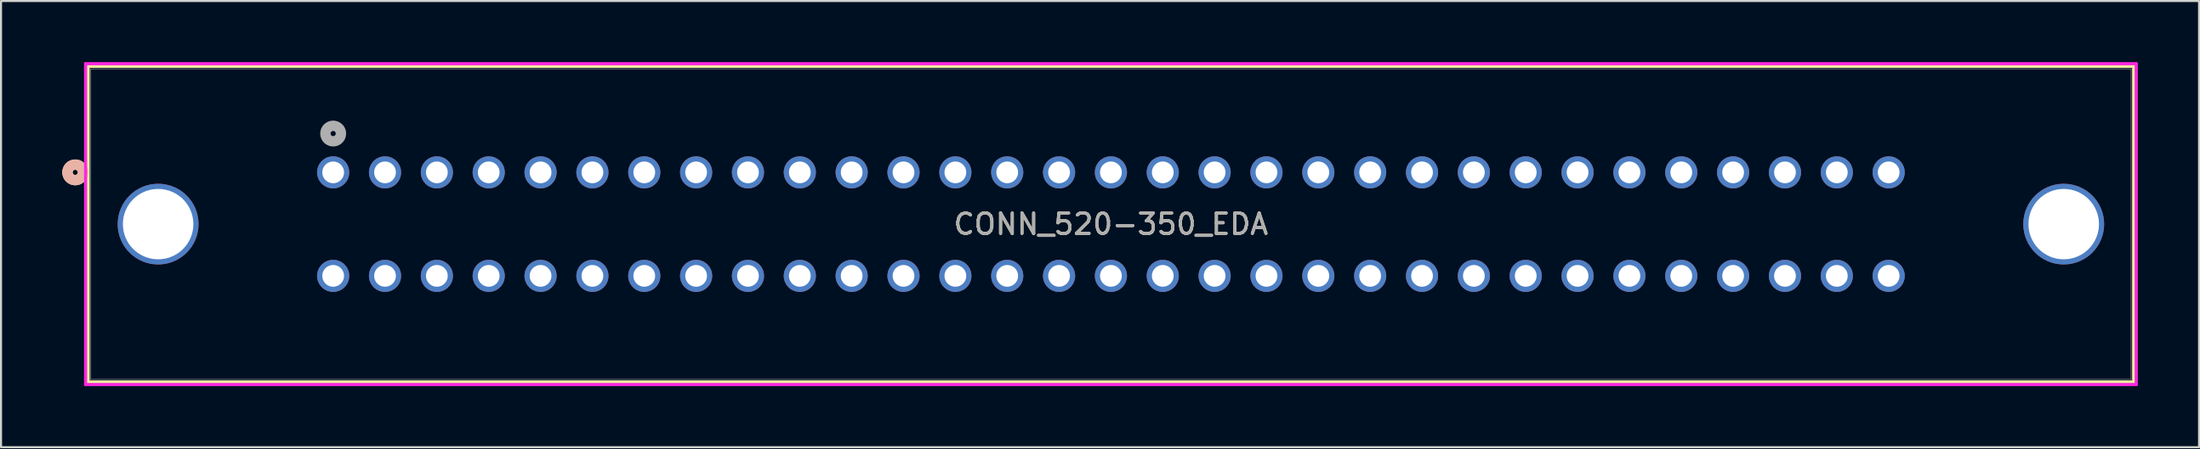
<source format=kicad_pcb>
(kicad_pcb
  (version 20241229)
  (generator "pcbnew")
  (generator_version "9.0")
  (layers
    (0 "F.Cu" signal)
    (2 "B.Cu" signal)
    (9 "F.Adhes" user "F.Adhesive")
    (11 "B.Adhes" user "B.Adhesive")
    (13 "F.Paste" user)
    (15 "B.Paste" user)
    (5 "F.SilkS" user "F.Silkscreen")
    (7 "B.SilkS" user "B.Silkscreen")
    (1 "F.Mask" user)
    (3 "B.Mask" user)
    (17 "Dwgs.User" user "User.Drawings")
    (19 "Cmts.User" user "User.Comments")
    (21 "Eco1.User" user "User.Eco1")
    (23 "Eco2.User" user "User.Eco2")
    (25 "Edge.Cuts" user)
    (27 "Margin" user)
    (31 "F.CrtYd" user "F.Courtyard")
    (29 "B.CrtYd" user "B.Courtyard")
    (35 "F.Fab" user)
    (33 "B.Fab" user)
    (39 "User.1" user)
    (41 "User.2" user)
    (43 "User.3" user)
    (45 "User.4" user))
  (footprint "CONN_520-350_EDA"
    (layer "F.Cu")
    (at 13.271 5.41)
    (property "Reference" "CONN_520-350_EDA" (at 38.1 2.54 0) (unlocked yes) (layer "F.SilkS") (effects (font (size 1 1) (thickness 0.15))))
    (attr through_hole)
    (fp_line (start -12.002 -5.207) (end -12.002 10.287) (stroke (width 0.152) (type solid)) (layer "F.SilkS"))
    (fp_line (start -12.002 10.287) (end 88.201 10.287) (stroke (width 0.152) (type solid)) (layer "F.SilkS"))
    (fp_line (start 88.201 -5.207) (end -12.002 -5.207) (stroke (width 0.152) (type solid)) (layer "F.SilkS"))
    (fp_line (start 88.201 10.287) (end 88.201 -5.207) (stroke (width 0.152) (type solid)) (layer "F.SilkS"))
    (fp_circle (center -12.636 0) (end -12.255 0) (stroke (width 0.508) (type solid)) (fill no) (layer "F.SilkS"))
    (fp_circle (center -12.636 0) (end -12.255 0) (stroke (width 0.508) (type solid)) (fill no) (layer "B.SilkS"))
    (fp_line (start -12.129 -5.334) (end -12.129 10.414) (stroke (width 0.152) (type solid)) (layer "F.CrtYd"))
    (fp_line (start -12.129 10.414) (end 88.329 10.414) (stroke (width 0.152) (type solid)) (layer "F.CrtYd"))
    (fp_line (start 88.329 -5.334) (end -12.129 -5.334) (stroke (width 0.152) (type solid)) (layer "F.CrtYd"))
    (fp_line (start 88.329 10.414) (end 88.329 -5.334) (stroke (width 0.152) (type solid)) (layer "F.CrtYd"))
    (fp_line (start -11.874 -5.08) (end -11.874 10.16) (stroke (width 0.025) (type solid)) (layer "F.Fab"))
    (fp_line (start -11.874 10.16) (end 88.075 10.16) (stroke (width 0.025) (type solid)) (layer "F.Fab"))
    (fp_line (start 88.075 -5.08) (end -11.874 -5.08) (stroke (width 0.025) (type solid)) (layer "F.Fab"))
    (fp_line (start 88.075 10.16) (end 88.075 -5.08) (stroke (width 0.025) (type solid)) (layer "F.Fab"))
    (fp_circle (center 0 -1.905) (end 0.381 -1.905) (stroke (width 0.508) (type solid)) (fill no) (layer "F.Fab"))
    (fp_text user "${REFERENCE}" (at 38.1 2.54 0) (unlocked yes) (layer "F.Fab") (effects (font (size 1 1) (thickness 0.15))))
    (pad "1" thru_hole circle (at 0 0) (size 1.575 1.575) (drill 1.067) (layers "*.Cu" "*.Mask"))
    (pad "2" thru_hole circle (at 0 5.08) (size 1.575 1.575) (drill 1.067) (layers "*.Cu" "*.Mask"))
    (pad "3" thru_hole circle (at 2.54 0) (size 1.575 1.575) (drill 1.067) (layers "*.Cu" "*.Mask"))
    (pad "4" thru_hole circle (at 2.54 5.08) (size 1.575 1.575) (drill 1.067) (layers "*.Cu" "*.Mask"))
    (pad "5" thru_hole circle (at 5.08 0) (size 1.575 1.575) (drill 1.067) (layers "*.Cu" "*.Mask"))
    (pad "6" thru_hole circle (at 5.08 5.08) (size 1.575 1.575) (drill 1.067) (layers "*.Cu" "*.Mask"))
    (pad "7" thru_hole circle (at 7.62 0) (size 1.575 1.575) (drill 1.067) (layers "*.Cu" "*.Mask"))
    (pad "8" thru_hole circle (at 7.62 5.08) (size 1.575 1.575) (drill 1.067) (layers "*.Cu" "*.Mask"))
    (pad "9" thru_hole circle (at 10.16 0) (size 1.575 1.575) (drill 1.067) (layers "*.Cu" "*.Mask"))
    (pad "10" thru_hole circle (at 10.16 5.08) (size 1.575 1.575) (drill 1.067) (layers "*.Cu" "*.Mask"))
    (pad "11" thru_hole circle (at 12.7 0) (size 1.575 1.575) (drill 1.067) (layers "*.Cu" "*.Mask"))
    (pad "12" thru_hole circle (at 12.7 5.08) (size 1.575 1.575) (drill 1.067) (layers "*.Cu" "*.Mask"))
    (pad "13" thru_hole circle (at 15.24 0) (size 1.575 1.575) (drill 1.067) (layers "*.Cu" "*.Mask"))
    (pad "14" thru_hole circle (at 15.24 5.08) (size 1.575 1.575) (drill 1.067) (layers "*.Cu" "*.Mask"))
    (pad "15" thru_hole circle (at 17.78 0) (size 1.575 1.575) (drill 1.067) (layers "*.Cu" "*.Mask"))
    (pad "16" thru_hole circle (at 17.78 5.08) (size 1.575 1.575) (drill 1.067) (layers "*.Cu" "*.Mask"))
    (pad "17" thru_hole circle (at 20.32 0) (size 1.575 1.575) (drill 1.067) (layers "*.Cu" "*.Mask"))
    (pad "18" thru_hole circle (at 20.32 5.08) (size 1.575 1.575) (drill 1.067) (layers "*.Cu" "*.Mask"))
    (pad "19" thru_hole circle (at 22.86 0) (size 1.575 1.575) (drill 1.067) (layers "*.Cu" "*.Mask"))
    (pad "20" thru_hole circle (at 22.86 5.08) (size 1.575 1.575) (drill 1.067) (layers "*.Cu" "*.Mask"))
    (pad "21" thru_hole circle (at 25.4 0) (size 1.575 1.575) (drill 1.067) (layers "*.Cu" "*.Mask"))
    (pad "22" thru_hole circle (at 25.4 5.08) (size 1.575 1.575) (drill 1.067) (layers "*.Cu" "*.Mask"))
    (pad "23" thru_hole circle (at 27.94 0) (size 1.575 1.575) (drill 1.067) (layers "*.Cu" "*.Mask"))
    (pad "24" thru_hole circle (at 27.94 5.08) (size 1.575 1.575) (drill 1.067) (layers "*.Cu" "*.Mask"))
    (pad "25" thru_hole circle (at 30.48 0) (size 1.575 1.575) (drill 1.067) (layers "*.Cu" "*.Mask"))
    (pad "26" thru_hole circle (at 30.48 5.08) (size 1.575 1.575) (drill 1.067) (layers "*.Cu" "*.Mask"))
    (pad "27" thru_hole circle (at 33.02 0) (size 1.575 1.575) (drill 1.067) (layers "*.Cu" "*.Mask"))
    (pad "28" thru_hole circle (at 33.02 5.08) (size 1.575 1.575) (drill 1.067) (layers "*.Cu" "*.Mask"))
    (pad "29" thru_hole circle (at 35.56 0) (size 1.575 1.575) (drill 1.067) (layers "*.Cu" "*.Mask"))
    (pad "30" thru_hole circle (at 35.56 5.08) (size 1.575 1.575) (drill 1.067) (layers "*.Cu" "*.Mask"))
    (pad "31" thru_hole circle (at 38.1 0) (size 1.575 1.575) (drill 1.067) (layers "*.Cu" "*.Mask"))
    (pad "32" thru_hole circle (at 38.1 5.08) (size 1.575 1.575) (drill 1.067) (layers "*.Cu" "*.Mask"))
    (pad "33" thru_hole circle (at 40.64 0) (size 1.575 1.575) (drill 1.067) (layers "*.Cu" "*.Mask"))
    (pad "34" thru_hole circle (at 40.64 5.08) (size 1.575 1.575) (drill 1.067) (layers "*.Cu" "*.Mask"))
    (pad "35" thru_hole circle (at 43.18 0) (size 1.575 1.575) (drill 1.067) (layers "*.Cu" "*.Mask"))
    (pad "36" thru_hole circle (at 43.18 5.08) (size 1.575 1.575) (drill 1.067) (layers "*.Cu" "*.Mask"))
    (pad "37" thru_hole circle (at 45.72 0) (size 1.575 1.575) (drill 1.067) (layers "*.Cu" "*.Mask"))
    (pad "38" thru_hole circle (at 45.72 5.08) (size 1.575 1.575) (drill 1.067) (layers "*.Cu" "*.Mask"))
    (pad "39" thru_hole circle (at 48.26 0) (size 1.575 1.575) (drill 1.067) (layers "*.Cu" "*.Mask"))
    (pad "40" thru_hole circle (at 48.26 5.08) (size 1.575 1.575) (drill 1.067) (layers "*.Cu" "*.Mask"))
    (pad "41" thru_hole circle (at 50.8 0) (size 1.575 1.575) (drill 1.067) (layers "*.Cu" "*.Mask"))
    (pad "42" thru_hole circle (at 50.8 5.08) (size 1.575 1.575) (drill 1.067) (layers "*.Cu" "*.Mask"))
    (pad "43" thru_hole circle (at 53.34 0) (size 1.575 1.575) (drill 1.067) (layers "*.Cu" "*.Mask"))
    (pad "44" thru_hole circle (at 53.34 5.08) (size 1.575 1.575) (drill 1.067) (layers "*.Cu" "*.Mask"))
    (pad "45" thru_hole circle (at 55.88 0) (size 1.575 1.575) (drill 1.067) (layers "*.Cu" "*.Mask"))
    (pad "46" thru_hole circle (at 55.88 5.08) (size 1.575 1.575) (drill 1.067) (layers "*.Cu" "*.Mask"))
    (pad "47" thru_hole circle (at 58.42 0) (size 1.575 1.575) (drill 1.067) (layers "*.Cu" "*.Mask"))
    (pad "48" thru_hole circle (at 58.42 5.08) (size 1.575 1.575) (drill 1.067) (layers "*.Cu" "*.Mask"))
    (pad "49" thru_hole circle (at 60.96 0) (size 1.575 1.575) (drill 1.067) (layers "*.Cu" "*.Mask"))
    (pad "50" thru_hole circle (at 60.96 5.08) (size 1.575 1.575) (drill 1.067) (layers "*.Cu" "*.Mask"))
    (pad "51" thru_hole circle (at 63.5 0) (size 1.575 1.575) (drill 1.067) (layers "*.Cu" "*.Mask"))
    (pad "52" thru_hole circle (at 63.5 5.08) (size 1.575 1.575) (drill 1.067) (layers "*.Cu" "*.Mask"))
    (pad "53" thru_hole circle (at 66.04 0) (size 1.575 1.575) (drill 1.067) (layers "*.Cu" "*.Mask"))
    (pad "54" thru_hole circle (at 66.04 5.08) (size 1.575 1.575) (drill 1.067) (layers "*.Cu" "*.Mask"))
    (pad "55" thru_hole circle (at 68.58 0) (size 1.575 1.575) (drill 1.067) (layers "*.Cu" "*.Mask"))
    (pad "56" thru_hole circle (at 68.58 5.08) (size 1.575 1.575) (drill 1.067) (layers "*.Cu" "*.Mask"))
    (pad "57" thru_hole circle (at 71.12 0) (size 1.575 1.575) (drill 1.067) (layers "*.Cu" "*.Mask"))
    (pad "58" thru_hole circle (at 71.12 5.08) (size 1.575 1.575) (drill 1.067) (layers "*.Cu" "*.Mask"))
    (pad "59" thru_hole circle (at 73.66 0) (size 1.575 1.575) (drill 1.067) (layers "*.Cu" "*.Mask"))
    (pad "60" thru_hole circle (at 73.66 5.08) (size 1.575 1.575) (drill 1.067) (layers "*.Cu" "*.Mask"))
    (pad "61" thru_hole circle (at 76.2 0) (size 1.575 1.575) (drill 1.067) (layers "*.Cu" "*.Mask"))
    (pad "62" thru_hole circle (at 76.2 5.08) (size 1.575 1.575) (drill 1.067) (layers "*.Cu" "*.Mask"))
    (pad "63" thru_hole circle (at -8.575 2.54 90) (size 3.962 3.962) (drill 3.454) (layers "*.Cu" "*.Mask"))
    (pad "64" thru_hole circle (at 84.775 2.54 90) (size 3.962 3.962) (drill 3.454) (layers "*.Cu" "*.Mask")))
  (gr_rect
    (start -3 -3)
    (end 104.676 18.9)
    (stroke (width 0.1) (type default))
    (fill no)
    (layer "Edge.Cuts")))
</source>
